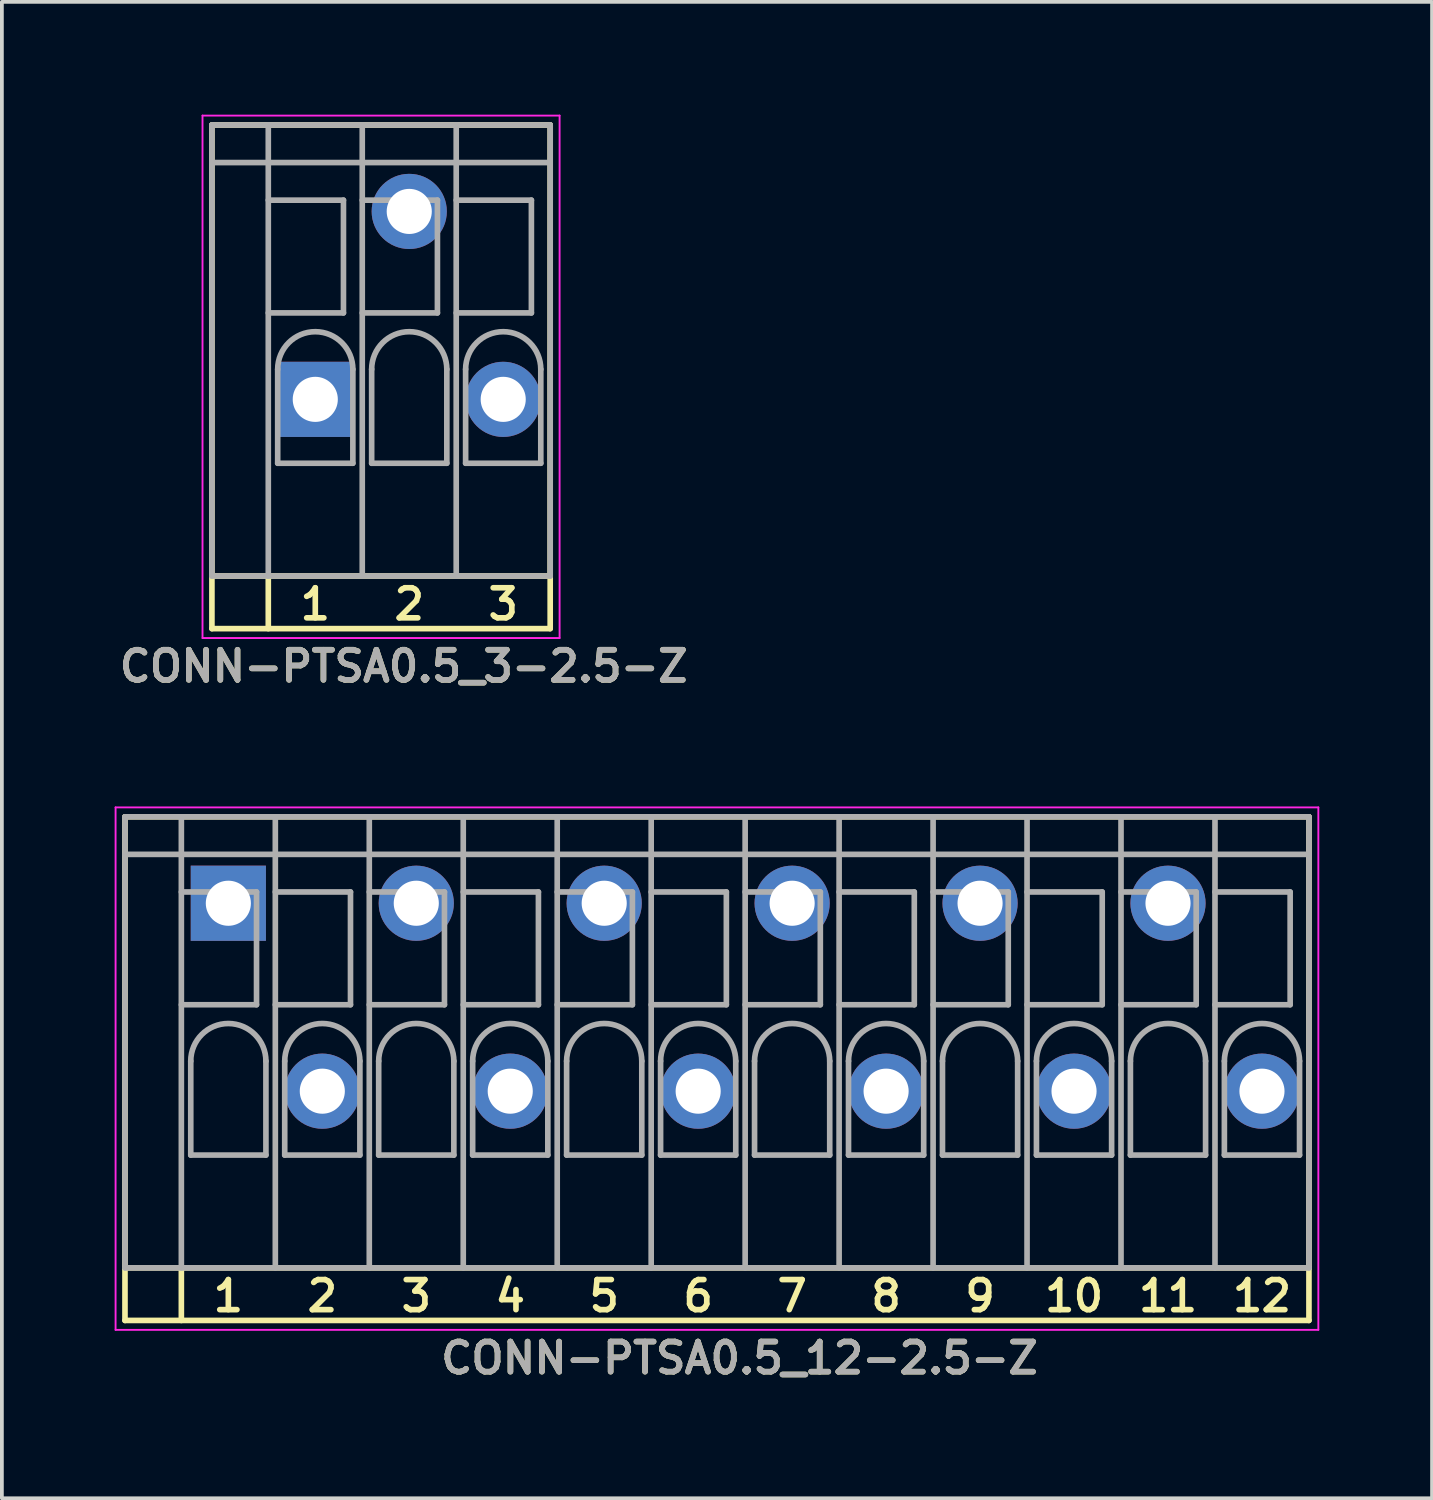
<source format=kicad_pcb>
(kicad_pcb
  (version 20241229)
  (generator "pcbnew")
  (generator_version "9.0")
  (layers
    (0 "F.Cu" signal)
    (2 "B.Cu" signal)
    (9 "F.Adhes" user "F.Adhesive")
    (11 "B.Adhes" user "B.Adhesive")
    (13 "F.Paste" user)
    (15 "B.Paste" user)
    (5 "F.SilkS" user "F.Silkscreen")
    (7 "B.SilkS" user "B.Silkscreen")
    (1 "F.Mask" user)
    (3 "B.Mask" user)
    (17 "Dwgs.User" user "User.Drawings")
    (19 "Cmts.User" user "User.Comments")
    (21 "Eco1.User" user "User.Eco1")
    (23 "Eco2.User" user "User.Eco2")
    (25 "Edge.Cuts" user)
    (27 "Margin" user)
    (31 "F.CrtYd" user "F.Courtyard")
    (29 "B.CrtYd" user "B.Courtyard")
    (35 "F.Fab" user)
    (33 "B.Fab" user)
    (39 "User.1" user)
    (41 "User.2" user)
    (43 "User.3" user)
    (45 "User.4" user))
  (footprint "CONN-PTSA0.5_12-2.5-Z"
    (layer "F.Cu")
    (at 16.025 24.681)
    (property "Reference" "CONN-PTSA0.5_12-2.5-Z" (at 0.6 8.4 0) (layer "F.SilkS") (effects (font (size 0.8 0.8) (thickness 0.15))))
    (attr through_hole)
    (fp_line (start -15.75 -6) (end -15.75 6) (stroke (width 0.15) (type solid)) (layer "F.SilkS"))
    (fp_line (start -15.75 -6) (end 15.75 -6) (stroke (width 0.15) (type solid)) (layer "F.SilkS"))
    (fp_line (start -15.75 6) (end -15.75 7.4) (stroke (width 0.15) (type solid)) (layer "F.SilkS"))
    (fp_line (start -15.75 6) (end 15.75 6) (stroke (width 0.15) (type solid)) (layer "F.SilkS"))
    (fp_line (start -15.75 7.4) (end 15.75 7.4) (stroke (width 0.15) (type solid)) (layer "F.SilkS"))
    (fp_line (start -14.25 6) (end -14.25 7.4) (stroke (width 0.15) (type solid)) (layer "F.SilkS"))
    (fp_line (start 15.75 6) (end 15.75 -6) (stroke (width 0.15) (type solid)) (layer "F.SilkS"))
    (fp_line (start 15.75 7.4) (end 15.75 6) (stroke (width 0.15) (type solid)) (layer "F.SilkS"))
    (fp_line (start -16 -6.25) (end 16 -6.25) (stroke (width 0.05) (type solid)) (layer "F.CrtYd"))
    (fp_line (start -16 7.65) (end -16 -6.25) (stroke (width 0.05) (type solid)) (layer "F.CrtYd"))
    (fp_line (start 16 -6.25) (end 16 7.65) (stroke (width 0.05) (type solid)) (layer "F.CrtYd"))
    (fp_line (start 16 7.65) (end -16 7.65) (stroke (width 0.05) (type solid)) (layer "F.CrtYd"))
    (fp_line (start -15.75 -6) (end 15.75 -6) (stroke (width 0.15) (type solid)) (layer "F.Fab"))
    (fp_line (start -15.75 -5) (end 15.75 -5) (stroke (width 0.15) (type solid)) (layer "F.Fab"))
    (fp_line (start -15.75 6) (end -15.75 -6) (stroke (width 0.15) (type solid)) (layer "F.Fab"))
    (fp_line (start -14.25 -6) (end -14.25 6) (stroke (width 0.15) (type solid)) (layer "F.Fab"))
    (fp_line (start -14.25 -1) (end -12.25 -1) (stroke (width 0.15) (type solid)) (layer "F.Fab"))
    (fp_line (start -14 3) (end -14 0.5) (stroke (width 0.15) (type solid)) (layer "F.Fab"))
    (fp_line (start -14 3) (end -12 3) (stroke (width 0.15) (type solid)) (layer "F.Fab"))
    (fp_line (start -12.25 -4) (end -14.25 -4) (stroke (width 0.15) (type solid)) (layer "F.Fab"))
    (fp_line (start -12.25 -1) (end -12.25 -4) (stroke (width 0.15) (type solid)) (layer "F.Fab"))
    (fp_line (start -12 3) (end -12 0.5) (stroke (width 0.15) (type solid)) (layer "F.Fab"))
    (fp_line (start -11.75 -6) (end -11.75 6) (stroke (width 0.15) (type solid)) (layer "F.Fab"))
    (fp_line (start -11.75 -1) (end -9.75 -1) (stroke (width 0.15) (type solid)) (layer "F.Fab"))
    (fp_line (start -11.5 3) (end -11.5 0.5) (stroke (width 0.15) (type solid)) (layer "F.Fab"))
    (fp_line (start -11.5 3) (end -9.5 3) (stroke (width 0.15) (type solid)) (layer "F.Fab"))
    (fp_line (start -9.75 -4) (end -11.75 -4) (stroke (width 0.15) (type solid)) (layer "F.Fab"))
    (fp_line (start -9.75 -1) (end -9.75 -4) (stroke (width 0.15) (type solid)) (layer "F.Fab"))
    (fp_line (start -9.5 3) (end -9.5 0.5) (stroke (width 0.15) (type solid)) (layer "F.Fab"))
    (fp_line (start -9.25 -6) (end -9.25 6) (stroke (width 0.15) (type solid)) (layer "F.Fab"))
    (fp_line (start -9.25 -1) (end -7.25 -1) (stroke (width 0.15) (type solid)) (layer "F.Fab"))
    (fp_line (start -9 3) (end -9 0.5) (stroke (width 0.15) (type solid)) (layer "F.Fab"))
    (fp_line (start -9 3) (end -7 3) (stroke (width 0.15) (type solid)) (layer "F.Fab"))
    (fp_line (start -7.25 -4) (end -9.25 -4) (stroke (width 0.15) (type solid)) (layer "F.Fab"))
    (fp_line (start -7.25 -1) (end -7.25 -4) (stroke (width 0.15) (type solid)) (layer "F.Fab"))
    (fp_line (start -7 3) (end -7 0.5) (stroke (width 0.15) (type solid)) (layer "F.Fab"))
    (fp_line (start -6.75 -6) (end -6.75 6) (stroke (width 0.15) (type solid)) (layer "F.Fab"))
    (fp_line (start -6.75 -1) (end -4.75 -1) (stroke (width 0.15) (type solid)) (layer "F.Fab"))
    (fp_line (start -6.5 3) (end -6.5 0.5) (stroke (width 0.15) (type solid)) (layer "F.Fab"))
    (fp_line (start -6.5 3) (end -4.5 3) (stroke (width 0.15) (type solid)) (layer "F.Fab"))
    (fp_line (start -4.75 -4) (end -6.75 -4) (stroke (width 0.15) (type solid)) (layer "F.Fab"))
    (fp_line (start -4.75 -1) (end -4.75 -4) (stroke (width 0.15) (type solid)) (layer "F.Fab"))
    (fp_line (start -4.5 3) (end -4.5 0.5) (stroke (width 0.15) (type solid)) (layer "F.Fab"))
    (fp_line (start -4.25 -6) (end -4.25 6) (stroke (width 0.15) (type solid)) (layer "F.Fab"))
    (fp_line (start -4.25 -1) (end -2.25 -1) (stroke (width 0.15) (type solid)) (layer "F.Fab"))
    (fp_line (start -4 3) (end -4 0.5) (stroke (width 0.15) (type solid)) (layer "F.Fab"))
    (fp_line (start -4 3) (end -2 3) (stroke (width 0.15) (type solid)) (layer "F.Fab"))
    (fp_line (start -2.25 -4) (end -4.25 -4) (stroke (width 0.15) (type solid)) (layer "F.Fab"))
    (fp_line (start -2.25 -1) (end -2.25 -4) (stroke (width 0.15) (type solid)) (layer "F.Fab"))
    (fp_line (start -2 3) (end -2 0.5) (stroke (width 0.15) (type solid)) (layer "F.Fab"))
    (fp_line (start -1.75 -6) (end -1.75 6) (stroke (width 0.15) (type solid)) (layer "F.Fab"))
    (fp_line (start -1.75 -1) (end 0.25 -1) (stroke (width 0.15) (type solid)) (layer "F.Fab"))
    (fp_line (start -1.5 3) (end -1.5 0.5) (stroke (width 0.15) (type solid)) (layer "F.Fab"))
    (fp_line (start -1.5 3) (end 0.5 3) (stroke (width 0.15) (type solid)) (layer "F.Fab"))
    (fp_line (start 0.25 -4) (end -1.75 -4) (stroke (width 0.15) (type solid)) (layer "F.Fab"))
    (fp_line (start 0.25 -1) (end 0.25 -4) (stroke (width 0.15) (type solid)) (layer "F.Fab"))
    (fp_line (start 0.5 3) (end 0.5 0.5) (stroke (width 0.15) (type solid)) (layer "F.Fab"))
    (fp_line (start 0.75 -6) (end 0.75 6) (stroke (width 0.15) (type solid)) (layer "F.Fab"))
    (fp_line (start 0.75 -1) (end 2.75 -1) (stroke (width 0.15) (type solid)) (layer "F.Fab"))
    (fp_line (start 1 3) (end 1 0.5) (stroke (width 0.15) (type solid)) (layer "F.Fab"))
    (fp_line (start 1 3) (end 3 3) (stroke (width 0.15) (type solid)) (layer "F.Fab"))
    (fp_line (start 2.75 -4) (end 0.75 -4) (stroke (width 0.15) (type solid)) (layer "F.Fab"))
    (fp_line (start 2.75 -1) (end 2.75 -4) (stroke (width 0.15) (type solid)) (layer "F.Fab"))
    (fp_line (start 3 3) (end 3 0.5) (stroke (width 0.15) (type solid)) (layer "F.Fab"))
    (fp_line (start 3.25 -6) (end 3.25 6) (stroke (width 0.15) (type solid)) (layer "F.Fab"))
    (fp_line (start 3.25 -1) (end 5.25 -1) (stroke (width 0.15) (type solid)) (layer "F.Fab"))
    (fp_line (start 3.5 3) (end 3.5 0.5) (stroke (width 0.15) (type solid)) (layer "F.Fab"))
    (fp_line (start 3.5 3) (end 5.5 3) (stroke (width 0.15) (type solid)) (layer "F.Fab"))
    (fp_line (start 5.25 -4) (end 3.25 -4) (stroke (width 0.15) (type solid)) (layer "F.Fab"))
    (fp_line (start 5.25 -1) (end 5.25 -4) (stroke (width 0.15) (type solid)) (layer "F.Fab"))
    (fp_line (start 5.5 3) (end 5.5 0.5) (stroke (width 0.15) (type solid)) (layer "F.Fab"))
    (fp_line (start 5.75 -6) (end 5.75 6) (stroke (width 0.15) (type solid)) (layer "F.Fab"))
    (fp_line (start 5.75 -1) (end 7.75 -1) (stroke (width 0.15) (type solid)) (layer "F.Fab"))
    (fp_line (start 6 3) (end 6 0.5) (stroke (width 0.15) (type solid)) (layer "F.Fab"))
    (fp_line (start 6 3) (end 8 3) (stroke (width 0.15) (type solid)) (layer "F.Fab"))
    (fp_line (start 7.75 -4) (end 5.75 -4) (stroke (width 0.15) (type solid)) (layer "F.Fab"))
    (fp_line (start 7.75 -1) (end 7.75 -4) (stroke (width 0.15) (type solid)) (layer "F.Fab"))
    (fp_line (start 8 3) (end 8 0.5) (stroke (width 0.15) (type solid)) (layer "F.Fab"))
    (fp_line (start 8.25 -6) (end 8.25 6) (stroke (width 0.15) (type solid)) (layer "F.Fab"))
    (fp_line (start 8.25 -1) (end 10.25 -1) (stroke (width 0.15) (type solid)) (layer "F.Fab"))
    (fp_line (start 8.5 3) (end 8.5 0.5) (stroke (width 0.15) (type solid)) (layer "F.Fab"))
    (fp_line (start 8.5 3) (end 10.5 3) (stroke (width 0.15) (type solid)) (layer "F.Fab"))
    (fp_line (start 10.25 -4) (end 8.25 -4) (stroke (width 0.15) (type solid)) (layer "F.Fab"))
    (fp_line (start 10.25 -1) (end 10.25 -4) (stroke (width 0.15) (type solid)) (layer "F.Fab"))
    (fp_line (start 10.5 3) (end 10.5 0.5) (stroke (width 0.15) (type solid)) (layer "F.Fab"))
    (fp_line (start 10.75 -6) (end 10.75 6) (stroke (width 0.15) (type solid)) (layer "F.Fab"))
    (fp_line (start 10.75 -1) (end 12.75 -1) (stroke (width 0.15) (type solid)) (layer "F.Fab"))
    (fp_line (start 11 3) (end 11 0.5) (stroke (width 0.15) (type solid)) (layer "F.Fab"))
    (fp_line (start 11 3) (end 13 3) (stroke (width 0.15) (type solid)) (layer "F.Fab"))
    (fp_line (start 12.75 -4) (end 10.75 -4) (stroke (width 0.15) (type solid)) (layer "F.Fab"))
    (fp_line (start 12.75 -1) (end 12.75 -4) (stroke (width 0.15) (type solid)) (layer "F.Fab"))
    (fp_line (start 13 3) (end 13 0.5) (stroke (width 0.15) (type solid)) (layer "F.Fab"))
    (fp_line (start 13.25 -6) (end 13.25 6) (stroke (width 0.15) (type solid)) (layer "F.Fab"))
    (fp_line (start 13.25 -1) (end 15.25 -1) (stroke (width 0.15) (type solid)) (layer "F.Fab"))
    (fp_line (start 13.5 3) (end 13.5 0.5) (stroke (width 0.15) (type solid)) (layer "F.Fab"))
    (fp_line (start 13.5 3) (end 15.5 3) (stroke (width 0.15) (type solid)) (layer "F.Fab"))
    (fp_line (start 15.25 -4) (end 13.25 -4) (stroke (width 0.15) (type solid)) (layer "F.Fab"))
    (fp_line (start 15.25 -1) (end 15.25 -4) (stroke (width 0.15) (type solid)) (layer "F.Fab"))
    (fp_line (start 15.5 0.5) (end 15.5 3) (stroke (width 0.15) (type solid)) (layer "F.Fab"))
    (fp_line (start 15.75 -6) (end 15.75 6) (stroke (width 0.15) (type solid)) (layer "F.Fab"))
    (fp_line (start 15.75 6) (end -15.75 6) (stroke (width 0.15) (type solid)) (layer "F.Fab"))
    (fp_arc (start -14 0.5) (mid -13 -0.5) (end -12 0.5) (stroke (width 0.15) (type solid)) (layer "F.Fab"))
    (fp_arc (start -11.5 0.5) (mid -10.5 -0.5) (end -9.5 0.5) (stroke (width 0.15) (type solid)) (layer "F.Fab"))
    (fp_arc (start -9 0.5) (mid -8 -0.5) (end -7 0.5) (stroke (width 0.15) (type solid)) (layer "F.Fab"))
    (fp_arc (start -6.5 0.5) (mid -5.5 -0.5) (end -4.5 0.5) (stroke (width 0.15) (type solid)) (layer "F.Fab"))
    (fp_arc (start -4 0.5) (mid -3 -0.5) (end -2 0.5) (stroke (width 0.15) (type solid)) (layer "F.Fab"))
    (fp_arc (start -1.5 0.5) (mid -0.5 -0.5) (end 0.5 0.5) (stroke (width 0.15) (type solid)) (layer "F.Fab"))
    (fp_arc (start 1 0.5) (mid 2 -0.5) (end 3 0.5) (stroke (width 0.15) (type solid)) (layer "F.Fab"))
    (fp_arc (start 3.5 0.5) (mid 4.5 -0.5) (end 5.5 0.5) (stroke (width 0.15) (type solid)) (layer "F.Fab"))
    (fp_arc (start 6 0.5) (mid 7 -0.5) (end 8 0.5) (stroke (width 0.15) (type solid)) (layer "F.Fab"))
    (fp_arc (start 8.5 0.5) (mid 9.5 -0.5) (end 10.5 0.5) (stroke (width 0.15) (type solid)) (layer "F.Fab"))
    (fp_arc (start 11 0.5) (mid 12 -0.5) (end 13 0.5) (stroke (width 0.15) (type solid)) (layer "F.Fab"))
    (fp_arc (start 13.5 0.5) (mid 14.5 -0.5) (end 15.5 0.5) (stroke (width 0.15) (type solid)) (layer "F.Fab"))
    (fp_text user "10" (at 9.5 6.75 0) (layer "F.SilkS") (effects (font (size 0.8 0.8) (thickness 0.15))))
    (fp_text user "11" (at 12 6.75 0) (layer "F.SilkS") (effects (font (size 0.8 0.8) (thickness 0.15))))
    (fp_text user "3" (at -8 6.75 0) (layer "F.SilkS") (effects (font (size 0.8 0.8) (thickness 0.15))))
    (fp_text user "12" (at 14.5 6.75 0) (layer "F.SilkS") (effects (font (size 0.8 0.8) (thickness 0.15))))
    (fp_text user "2" (at -10.5 6.75 0) (layer "F.SilkS") (effects (font (size 0.8 0.8) (thickness 0.15))))
    (fp_text user "5" (at -3 6.75 0) (layer "F.SilkS") (effects (font (size 0.8 0.8) (thickness 0.15))))
    (fp_text user "9" (at 7 6.75 0) (layer "F.SilkS") (effects (font (size 0.8 0.8) (thickness 0.15))))
    (fp_text user "4" (at -5.5 6.75 0) (layer "F.SilkS") (effects (font (size 0.8 0.8) (thickness 0.15))))
    (fp_text user "8" (at 4.5 6.75 0) (layer "F.SilkS") (effects (font (size 0.8 0.8) (thickness 0.15))))
    (fp_text user "1" (at -13 6.75 0) (layer "F.SilkS") (effects (font (size 0.8 0.8) (thickness 0.15))))
    (fp_text user "7" (at 2 6.75 0) (layer "F.SilkS") (effects (font (size 0.8 0.8) (thickness 0.15))))
    (fp_text user "6" (at -0.5 6.75 0) (layer "F.SilkS") (effects (font (size 0.8 0.8) (thickness 0.15))))
    (fp_text user "${REFERENCE}" (at 0.6 8.4 0) (layer "F.Fab") (effects (font (size 0.8 0.8) (thickness 0.15))))
    (pad "1" thru_hole rect (at -13 -3.7) (size 2 2) (drill 1.2) (layers "*.Cu" "*.Mask"))
    (pad "2" thru_hole circle (at -10.5 1.3) (size 2 2) (drill 1.2) (layers "*.Cu" "*.Mask"))
    (pad "3" thru_hole circle (at -8 -3.7) (size 2 2) (drill 1.2) (layers "*.Cu" "*.Mask"))
    (pad "4" thru_hole circle (at -5.5 1.3) (size 2 2) (drill 1.2) (layers "*.Cu" "*.Mask"))
    (pad "5" thru_hole circle (at -3 -3.7) (size 2 2) (drill 1.2) (layers "*.Cu" "*.Mask"))
    (pad "6" thru_hole circle (at -0.5 1.3) (size 2 2) (drill 1.2) (layers "*.Cu" "*.Mask"))
    (pad "7" thru_hole circle (at 2 -3.7) (size 2 2) (drill 1.2) (layers "*.Cu" "*.Mask"))
    (pad "8" thru_hole circle (at 4.5 1.3) (size 2 2) (drill 1.2) (layers "*.Cu" "*.Mask"))
    (pad "9" thru_hole circle (at 7 -3.7) (size 2 2) (drill 1.2) (layers "*.Cu" "*.Mask"))
    (pad "10" thru_hole circle (at 9.5 1.3) (size 2 2) (drill 1.2) (layers "*.Cu" "*.Mask"))
    (pad "11" thru_hole circle (at 12 -3.7) (size 2 2) (drill 1.2) (layers "*.Cu" "*.Mask"))
    (pad "12" thru_hole circle (at 14.5 1.3) (size 2 2) (drill 1.2) (layers "*.Cu" "*.Mask")))
  (footprint "CONN-PTSA0.5_3-2.5-Z"
    (layer "F.Cu")
    (at 7.088 6.275)
    (property "Reference" "CONN-PTSA0.5_3-2.5-Z" (at 0.6 8.4 0) (layer "F.SilkS") (effects (font (size 0.8 0.8) (thickness 0.15))))
    (attr through_hole)
    (fp_line (start -4.5 -6) (end -4.5 6) (stroke (width 0.15) (type solid)) (layer "F.SilkS"))
    (fp_line (start -4.5 -6) (end 4.5 -6) (stroke (width 0.15) (type solid)) (layer "F.SilkS"))
    (fp_line (start -4.5 6) (end -4.5 7.4) (stroke (width 0.15) (type solid)) (layer "F.SilkS"))
    (fp_line (start -4.5 6) (end 4.5 6) (stroke (width 0.15) (type solid)) (layer "F.SilkS"))
    (fp_line (start -4.5 7.4) (end 4.5 7.4) (stroke (width 0.15) (type solid)) (layer "F.SilkS"))
    (fp_line (start -3 6) (end -3 7.4) (stroke (width 0.15) (type solid)) (layer "F.SilkS"))
    (fp_line (start 4.5 6) (end 4.5 -6) (stroke (width 0.15) (type solid)) (layer "F.SilkS"))
    (fp_line (start 4.5 7.4) (end 4.5 6) (stroke (width 0.15) (type solid)) (layer "F.SilkS"))
    (fp_line (start -4.75 -6.25) (end 4.75 -6.25) (stroke (width 0.05) (type solid)) (layer "F.CrtYd"))
    (fp_line (start -4.75 7.65) (end -4.75 -6.25) (stroke (width 0.05) (type solid)) (layer "F.CrtYd"))
    (fp_line (start 4.75 -6.25) (end 4.75 7.65) (stroke (width 0.05) (type solid)) (layer "F.CrtYd"))
    (fp_line (start 4.75 7.65) (end -4.75 7.65) (stroke (width 0.05) (type solid)) (layer "F.CrtYd"))
    (fp_line (start -4.5 -6) (end 4.5 -6) (stroke (width 0.15) (type solid)) (layer "F.Fab"))
    (fp_line (start -4.5 -5) (end 4.5 -5) (stroke (width 0.15) (type solid)) (layer "F.Fab"))
    (fp_line (start -4.5 6) (end -4.5 -6) (stroke (width 0.15) (type solid)) (layer "F.Fab"))
    (fp_line (start -3 -6) (end -3 6) (stroke (width 0.15) (type solid)) (layer "F.Fab"))
    (fp_line (start -3 -1) (end -1 -1) (stroke (width 0.15) (type solid)) (layer "F.Fab"))
    (fp_line (start -2.75 3) (end -2.75 0.5) (stroke (width 0.15) (type solid)) (layer "F.Fab"))
    (fp_line (start -2.75 3) (end -0.75 3) (stroke (width 0.15) (type solid)) (layer "F.Fab"))
    (fp_line (start -1 -4) (end -3 -4) (stroke (width 0.15) (type solid)) (layer "F.Fab"))
    (fp_line (start -1 -1) (end -1 -4) (stroke (width 0.15) (type solid)) (layer "F.Fab"))
    (fp_line (start -0.75 3) (end -0.75 0.5) (stroke (width 0.15) (type solid)) (layer "F.Fab"))
    (fp_line (start -0.5 -6) (end -0.5 6) (stroke (width 0.15) (type solid)) (layer "F.Fab"))
    (fp_line (start -0.5 -1) (end 1.5 -1) (stroke (width 0.15) (type solid)) (layer "F.Fab"))
    (fp_line (start -0.25 3) (end -0.25 0.5) (stroke (width 0.15) (type solid)) (layer "F.Fab"))
    (fp_line (start -0.25 3) (end 1.75 3) (stroke (width 0.15) (type solid)) (layer "F.Fab"))
    (fp_line (start 1.5 -4) (end -0.5 -4) (stroke (width 0.15) (type solid)) (layer "F.Fab"))
    (fp_line (start 1.5 -1) (end 1.5 -4) (stroke (width 0.15) (type solid)) (layer "F.Fab"))
    (fp_line (start 1.75 3) (end 1.75 0.5) (stroke (width 0.15) (type solid)) (layer "F.Fab"))
    (fp_line (start 2 -6) (end 2 6) (stroke (width 0.15) (type solid)) (layer "F.Fab"))
    (fp_line (start 2 -1) (end 4 -1) (stroke (width 0.15) (type solid)) (layer "F.Fab"))
    (fp_line (start 2.25 3) (end 2.25 0.5) (stroke (width 0.15) (type solid)) (layer "F.Fab"))
    (fp_line (start 2.25 3) (end 4.25 3) (stroke (width 0.15) (type solid)) (layer "F.Fab"))
    (fp_line (start 4 -4) (end 2 -4) (stroke (width 0.15) (type solid)) (layer "F.Fab"))
    (fp_line (start 4 -1) (end 4 -4) (stroke (width 0.15) (type solid)) (layer "F.Fab"))
    (fp_line (start 4.25 3) (end 4.25 0.5) (stroke (width 0.15) (type solid)) (layer "F.Fab"))
    (fp_line (start 4.5 -6) (end 4.5 6) (stroke (width 0.15) (type solid)) (layer "F.Fab"))
    (fp_line (start 4.5 6) (end -4.5 6) (stroke (width 0.15) (type solid)) (layer "F.Fab"))
    (fp_arc (start -2.75 0.5) (mid -1.75 -0.5) (end -0.75 0.5) (stroke (width 0.15) (type solid)) (layer "F.Fab"))
    (fp_arc (start -0.25 0.5) (mid 0.75 -0.5) (end 1.75 0.5) (stroke (width 0.15) (type solid)) (layer "F.Fab"))
    (fp_arc (start 2.25 0.5) (mid 3.25 -0.5) (end 4.25 0.5) (stroke (width 0.15) (type solid)) (layer "F.Fab"))
    (fp_text user "3" (at 3.25 6.75 0) (layer "F.SilkS") (effects (font (size 0.8 0.8) (thickness 0.15))))
    (fp_text user "1" (at -1.75 6.75 0) (layer "F.SilkS") (effects (font (size 0.8 0.8) (thickness 0.15))))
    (fp_text user "2" (at 0.75 6.75 0) (layer "F.SilkS") (effects (font (size 0.8 0.8) (thickness 0.15))))
    (fp_text user "${REFERENCE}" (at 0.6 8.4 0) (layer "F.Fab") (effects (font (size 0.8 0.8) (thickness 0.15))))
    (pad "1" thru_hole rect (at -1.75 1.3) (size 2 2) (drill 1.2) (layers "*.Cu" "*.Mask"))
    (pad "2" thru_hole circle (at 0.75 -3.7) (size 2 2) (drill 1.2) (layers "*.Cu" "*.Mask"))
    (pad "3" thru_hole circle (at 3.25 1.3) (size 2 2) (drill 1.2) (layers "*.Cu" "*.Mask")))
  (gr_rect
    (start -3 -3)
    (end 35.05 36.812)
    (stroke (width 0.1) (type default))
    (fill no)
    (layer "Edge.Cuts")))
</source>
